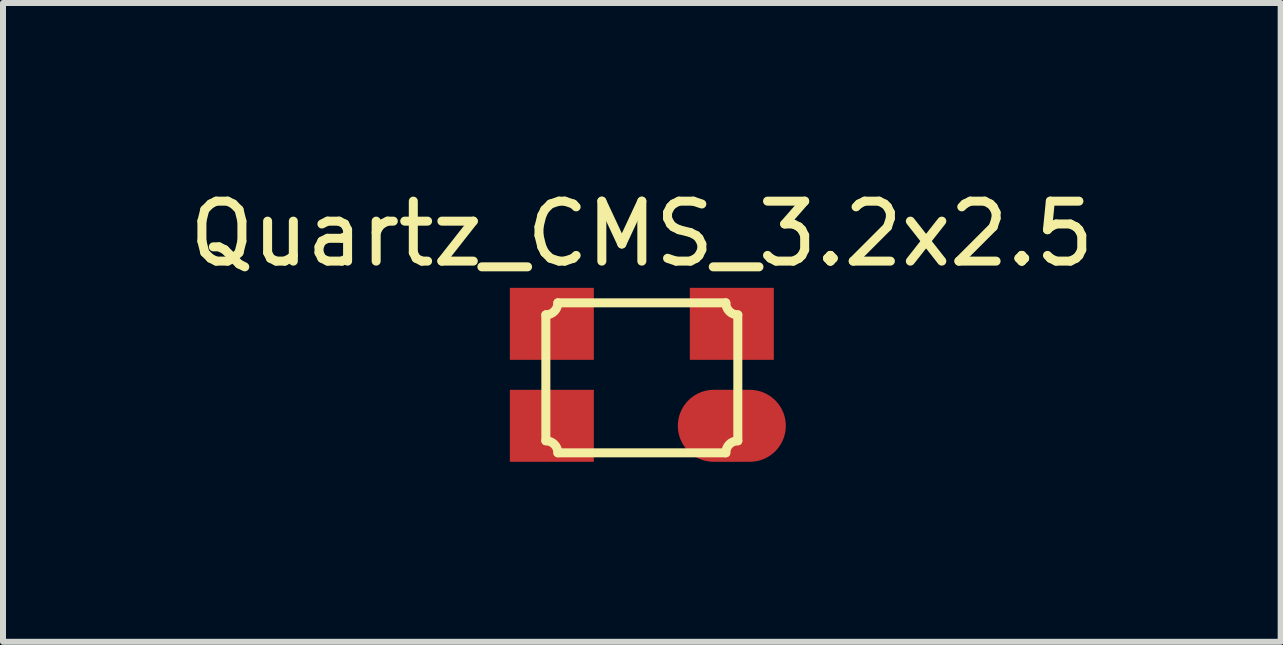
<source format=kicad_pcb>
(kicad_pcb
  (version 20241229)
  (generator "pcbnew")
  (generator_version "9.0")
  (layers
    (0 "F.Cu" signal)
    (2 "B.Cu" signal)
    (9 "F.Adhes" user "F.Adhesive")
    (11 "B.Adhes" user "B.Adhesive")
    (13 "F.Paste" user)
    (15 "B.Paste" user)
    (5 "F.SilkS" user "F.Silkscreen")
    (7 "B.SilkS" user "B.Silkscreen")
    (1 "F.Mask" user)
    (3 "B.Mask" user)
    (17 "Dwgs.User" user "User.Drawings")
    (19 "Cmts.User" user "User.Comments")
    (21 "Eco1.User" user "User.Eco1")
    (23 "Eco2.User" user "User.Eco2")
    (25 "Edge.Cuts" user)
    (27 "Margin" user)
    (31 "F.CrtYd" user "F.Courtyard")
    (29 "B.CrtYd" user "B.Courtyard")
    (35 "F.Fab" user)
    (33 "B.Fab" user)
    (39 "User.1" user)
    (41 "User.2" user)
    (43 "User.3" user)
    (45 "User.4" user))
  (footprint "Quartz_CMS_3.2x2.5"
    (layer "F.Cu")
    (at 7.649 3.198)
    (property "Reference" "Quartz_CMS_3.2x2.5" (at 0 -2.35 0) (layer "F.SilkS") (effects (font (size 1 1) (thickness 0.15))))
    (attr through_hole)
    (fp_line (start -1.6 1.1) (end -1.6 -1) (stroke (width 0.15) (type solid)) (layer "F.SilkS"))
    (fp_line (start -1.4 -1.2) (end 1.4 -1.2) (stroke (width 0.15) (type solid)) (layer "F.SilkS"))
    (fp_line (start 1.4 1.3) (end -1.4 1.3) (stroke (width 0.15) (type solid)) (layer "F.SilkS"))
    (fp_line (start 1.6 -1) (end 1.6 1.1) (stroke (width 0.15) (type solid)) (layer "F.SilkS"))
    (fp_arc (start -1.6 1.1) (mid -1.458579 1.158579) (end -1.4 1.3) (stroke (width 0.15) (type solid)) (layer "F.SilkS"))
    (fp_arc (start -1.4 -1.2) (mid -1.458579 -1.058579) (end -1.6 -1) (stroke (width 0.15) (type solid)) (layer "F.SilkS"))
    (fp_arc (start 1.4 1.3) (mid 1.458579 1.158579) (end 1.6 1.1) (stroke (width 0.15) (type solid)) (layer "F.SilkS"))
    (fp_arc (start 1.6 -1) (mid 1.458579 -1.058579) (end 1.4 -1.2) (stroke (width 0.15) (type solid)) (layer "F.SilkS"))
    (pad "1" smd rect (at -1.5 0.85) (size 1.4 1.2) (layers "F.Cu" "F.Mask" "F.Paste"))
    (pad "2" smd oval (at 1.5 0.85) (size 1.8 1.2) (layers "F.Cu" "F.Mask" "F.Paste"))
    (pad "3" smd rect (at 1.5 -0.85) (size 1.4 1.2) (layers "F.Cu" "F.Mask" "F.Paste"))
    (pad "4" smd rect (at -1.5 -0.85) (size 1.4 1.2) (layers "F.Cu" "F.Mask" "F.Paste")))
  (gr_rect
    (start -3 -3)
    (end 18.298 7.648)
    (stroke (width 0.1) (type default))
    (fill no)
    (layer "Edge.Cuts")))
</source>
